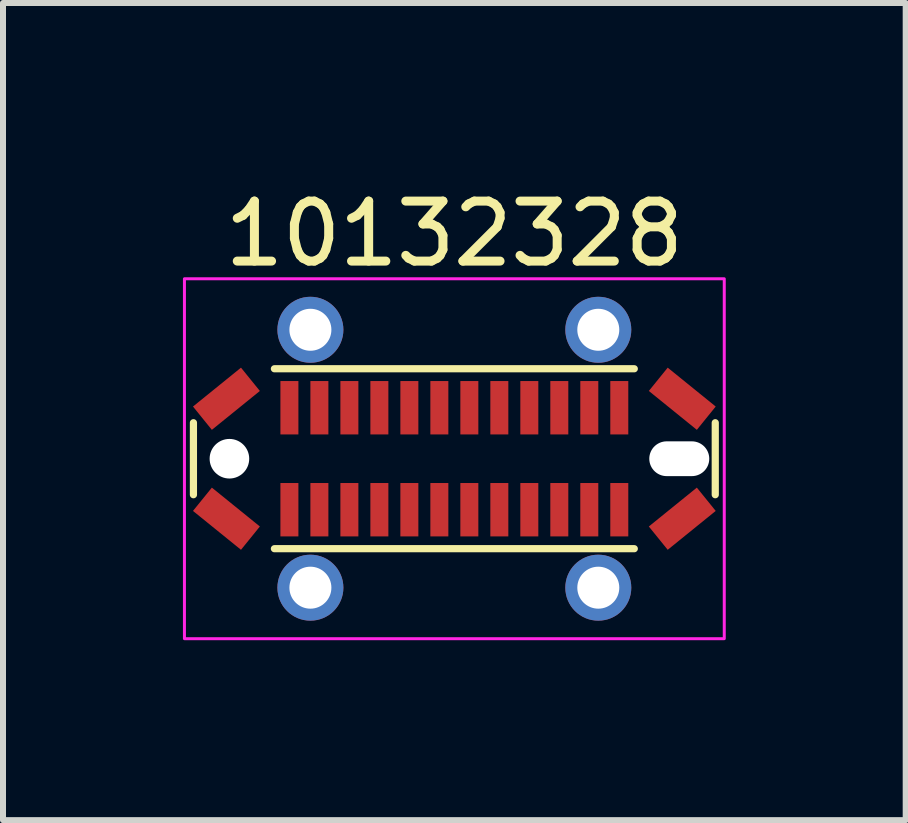
<source format=kicad_pcb>
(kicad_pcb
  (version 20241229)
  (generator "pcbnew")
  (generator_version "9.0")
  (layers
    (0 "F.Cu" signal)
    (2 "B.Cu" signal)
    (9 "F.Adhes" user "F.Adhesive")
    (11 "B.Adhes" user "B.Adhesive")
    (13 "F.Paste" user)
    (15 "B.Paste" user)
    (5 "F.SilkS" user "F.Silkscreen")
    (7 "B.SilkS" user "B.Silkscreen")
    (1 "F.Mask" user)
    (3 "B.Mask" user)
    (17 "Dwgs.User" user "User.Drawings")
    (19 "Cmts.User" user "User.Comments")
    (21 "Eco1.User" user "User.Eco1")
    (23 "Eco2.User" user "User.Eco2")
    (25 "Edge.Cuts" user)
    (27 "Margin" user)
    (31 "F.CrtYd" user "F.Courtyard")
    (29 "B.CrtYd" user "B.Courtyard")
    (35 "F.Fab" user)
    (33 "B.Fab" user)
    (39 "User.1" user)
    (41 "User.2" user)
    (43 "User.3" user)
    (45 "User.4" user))
  (footprint "10132328"
    (layer "F.Cu")
    (at 4.525 4.598)
    (property "Reference" "10132328" (at 0 -3.75 0) (unlocked yes) (layer "F.SilkS") (effects (font (size 1 1) (thickness 0.15))))
    (attr smd)
    (fp_line (start -4.35 0.6) (end -4.35 -0.6) (stroke (width 0.12) (type solid)) (layer "F.SilkS"))
    (fp_line (start -3 -1.5) (end 3 -1.5) (stroke (width 0.12) (type solid)) (layer "F.SilkS"))
    (fp_line (start 3 1.5) (end -3 1.5) (stroke (width 0.12) (type solid)) (layer "F.SilkS"))
    (fp_line (start 4.35 -0.6) (end 4.35 0.6) (stroke (width 0.12) (type solid)) (layer "F.SilkS"))
    (fp_rect (start -4.5 -3) (end 4.5 3) (stroke (width 0.05) (type solid)) (fill no) (layer "F.CrtYd"))
    (pad "" np_thru_hole circle (at -3.75 0) (size 0.66 0.66) (drill 0.66) (layers "*.Cu" "*.Mask"))
    (pad "" np_thru_hole oval (at 3.75 0) (size 1 0.58) (drill oval 1 0.58) (layers "*.Cu" "*.Mask"))
    (pad "A1" smd rect (at -2.75 -0.85) (size 0.3 0.89) (layers "F.Cu" "F.Mask" "F.Paste"))
    (pad "A2" smd rect (at -2.25 -0.85) (size 0.3 0.89) (layers "F.Cu" "F.Mask" "F.Paste"))
    (pad "A3" smd rect (at -1.75 -0.85) (size 0.3 0.89) (layers "F.Cu" "F.Mask" "F.Paste"))
    (pad "A4" smd rect (at -1.25 -0.85) (size 0.3 0.89) (layers "F.Cu" "F.Mask" "F.Paste"))
    (pad "A5" smd rect (at -0.75 -0.85) (size 0.3 0.89) (layers "F.Cu" "F.Mask" "F.Paste"))
    (pad "A6" smd rect (at -0.25 -0.85) (size 0.3 0.89) (layers "F.Cu" "F.Mask" "F.Paste"))
    (pad "A7" smd rect (at 0.25 -0.85) (size 0.3 0.89) (layers "F.Cu" "F.Mask" "F.Paste"))
    (pad "A8" smd rect (at 0.75 -0.85) (size 0.3 0.89) (layers "F.Cu" "F.Mask" "F.Paste"))
    (pad "A9" smd rect (at 1.25 -0.85) (size 0.3 0.89) (layers "F.Cu" "F.Mask" "F.Paste"))
    (pad "A10" smd rect (at 1.75 -0.85) (size 0.3 0.89) (layers "F.Cu" "F.Mask" "F.Paste"))
    (pad "A11" smd rect (at 2.25 -0.85) (size 0.3 0.89) (layers "F.Cu" "F.Mask" "F.Paste"))
    (pad "A12" smd rect (at 2.75 -0.85) (size 0.3 0.89) (layers "F.Cu" "F.Mask" "F.Paste"))
    (pad "B1" smd rect (at 2.75 0.85) (size 0.3 0.89) (layers "F.Cu" "F.Mask" "F.Paste"))
    (pad "B2" smd rect (at 2.25 0.85) (size 0.3 0.89) (layers "F.Cu" "F.Mask" "F.Paste"))
    (pad "B3" smd rect (at 1.75 0.85) (size 0.3 0.89) (layers "F.Cu" "F.Mask" "F.Paste"))
    (pad "B4" smd rect (at 1.25 0.85) (size 0.3 0.89) (layers "F.Cu" "F.Mask" "F.Paste"))
    (pad "B5" smd rect (at 0.75 0.85) (size 0.3 0.89) (layers "F.Cu" "F.Mask" "F.Paste"))
    (pad "B6" smd rect (at 0.25 0.85) (size 0.3 0.89) (layers "F.Cu" "F.Mask" "F.Paste"))
    (pad "B7" smd rect (at -0.25 0.85) (size 0.3 0.89) (layers "F.Cu" "F.Mask" "F.Paste"))
    (pad "B8" smd rect (at -0.75 0.85) (size 0.3 0.89) (layers "F.Cu" "F.Mask" "F.Paste"))
    (pad "B9" smd rect (at -1.25 0.85) (size 0.3 0.89) (layers "F.Cu" "F.Mask" "F.Paste"))
    (pad "B10" smd rect (at -1.75 0.85) (size 0.3 0.89) (layers "F.Cu" "F.Mask" "F.Paste"))
    (pad "B11" smd rect (at -2.25 0.85) (size 0.3 0.89) (layers "F.Cu" "F.Mask" "F.Paste"))
    (pad "B12" smd rect (at -2.75 0.85) (size 0.3 0.89) (layers "F.Cu" "F.Mask" "F.Paste"))
    (pad "S1" smd rect (at -3.8 -1 39) (size 1.03 0.5) (layers "F.Cu" "F.Mask" "F.Paste"))
    (pad "S1" smd rect (at -3.8 1 321) (size 1.03 0.5) (layers "F.Cu" "F.Mask" "F.Paste"))
    (pad "S1" thru_hole circle (at -2.4 -2.15) (size 1.1 1.1) (drill 0.7) (layers "*.Cu" "*.Mask"))
    (pad "S1" thru_hole circle (at -2.4 2.15) (size 1.1 1.1) (drill 0.7) (layers "*.Cu" "*.Mask"))
    (pad "S1" thru_hole circle (at 2.4 -2.15) (size 1.1 1.1) (drill 0.7) (layers "*.Cu" "*.Mask"))
    (pad "S1" thru_hole circle (at 2.4 2.15) (size 1.1 1.1) (drill 0.7) (layers "*.Cu" "*.Mask"))
    (pad "S1" smd rect (at 3.8 -1 321) (size 1.03 0.5) (layers "F.Cu" "F.Mask" "F.Paste"))
    (pad "S1" smd rect (at 3.8 1 39) (size 1.03 0.5) (layers "F.Cu" "F.Mask" "F.Paste")))
  (gr_rect
    (start -3 -3)
    (end 12.05 10.623)
    (stroke (width 0.1) (type default))
    (fill no)
    (layer "Edge.Cuts")))
</source>
